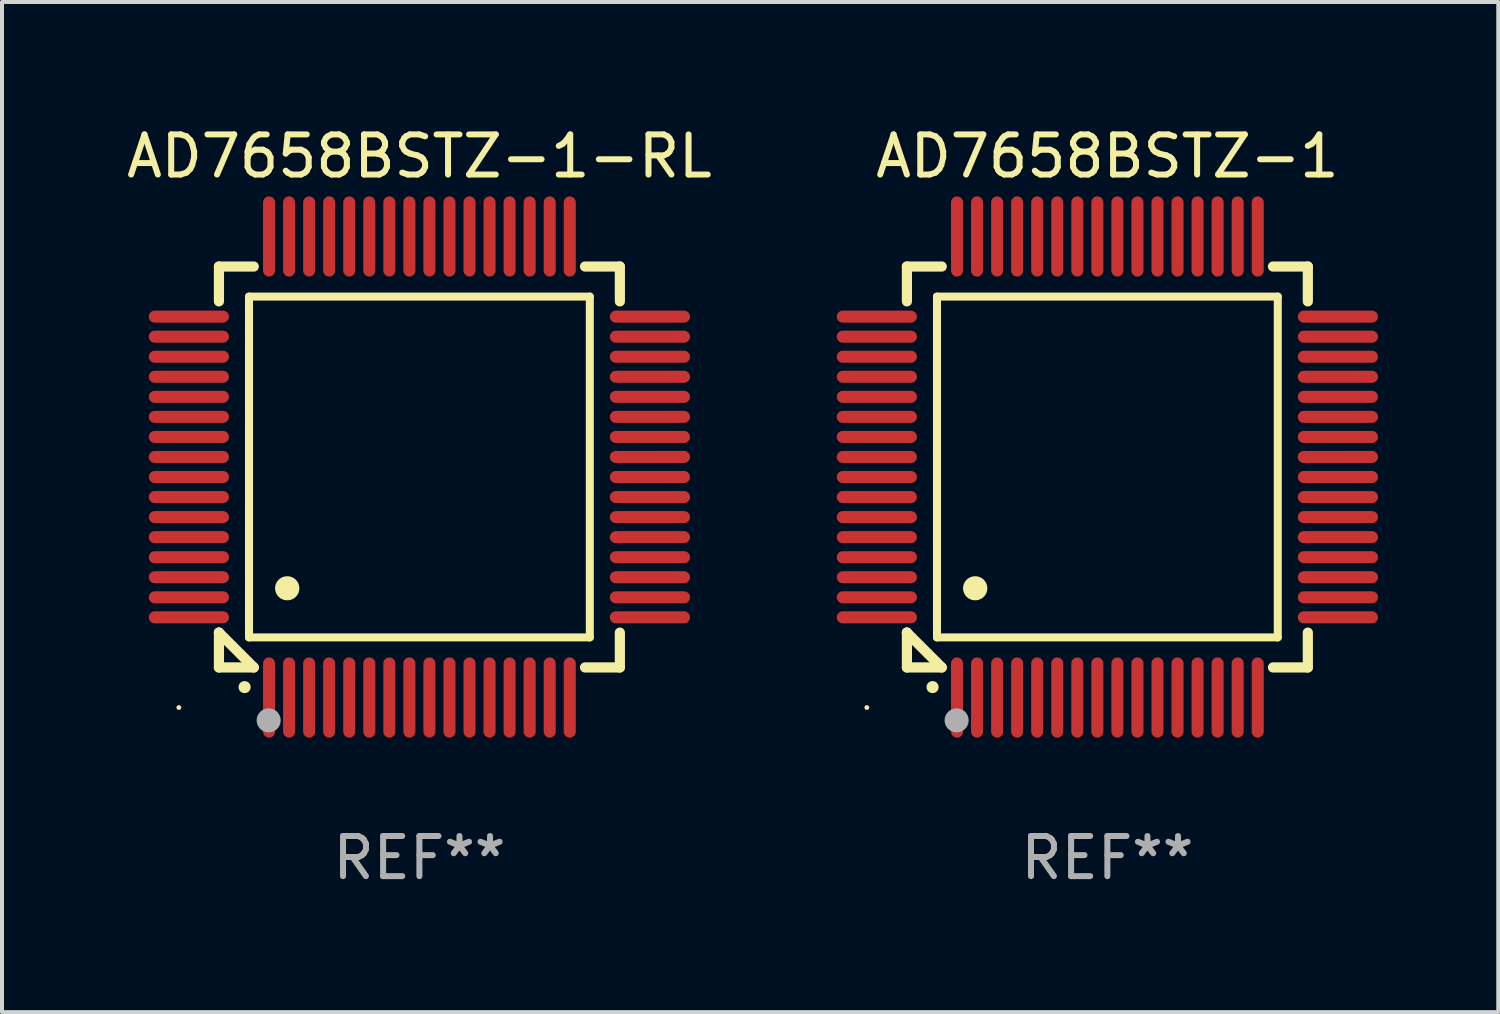
<source format=kicad_pcb>
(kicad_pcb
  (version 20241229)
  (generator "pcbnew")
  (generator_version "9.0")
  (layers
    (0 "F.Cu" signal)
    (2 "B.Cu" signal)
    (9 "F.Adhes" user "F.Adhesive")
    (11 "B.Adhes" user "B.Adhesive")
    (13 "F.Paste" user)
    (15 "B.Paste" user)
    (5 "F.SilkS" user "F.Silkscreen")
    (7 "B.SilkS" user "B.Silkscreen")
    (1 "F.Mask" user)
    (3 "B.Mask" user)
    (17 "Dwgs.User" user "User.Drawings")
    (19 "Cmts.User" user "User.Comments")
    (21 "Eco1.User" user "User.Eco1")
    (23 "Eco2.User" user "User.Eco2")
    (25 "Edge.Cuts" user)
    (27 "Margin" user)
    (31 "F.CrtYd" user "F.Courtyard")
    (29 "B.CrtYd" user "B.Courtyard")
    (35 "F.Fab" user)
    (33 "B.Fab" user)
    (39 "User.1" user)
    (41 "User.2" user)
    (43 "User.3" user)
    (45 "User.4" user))
  (footprint "AD7658BSTZ-1"
    (layer "F.Cu")
    (at 24.571 8.598)
    (property "Reference" "AD7658BSTZ-1" (at 0 -7.75 0) (layer "F.SilkS") (effects (font (size 1 1) (thickness 0.15))))
    (attr through_hole)
    (fp_line (start -5 -5) (end -4.131 -5) (stroke (width 0.254) (type solid)) (layer "F.SilkS"))
    (fp_line (start -5 -4.131) (end -5 -5) (stroke (width 0.254) (type solid)) (layer "F.SilkS"))
    (fp_line (start -5 4.131) (end -5 4.131) (stroke (width 0.254) (type solid)) (layer "F.SilkS"))
    (fp_line (start -5 5) (end -5 4.131) (stroke (width 0.254) (type solid)) (layer "F.SilkS"))
    (fp_line (start -5 4.131) (end -4.131 5) (stroke (width 0.254) (type solid)) (layer "F.SilkS"))
    (fp_line (start -4.25 -4.25) (end -4.25 4.25) (stroke (width 0.2) (type solid)) (layer "F.SilkS"))
    (fp_line (start -4.25 4.25) (end 4.25 4.25) (stroke (width 0.2) (type solid)) (layer "F.SilkS"))
    (fp_line (start -4.131 5) (end -5 5) (stroke (width 0.254) (type solid)) (layer "F.SilkS"))
    (fp_line (start 4.25 -4.25) (end -4.25 -4.25) (stroke (width 0.2) (type solid)) (layer "F.SilkS"))
    (fp_line (start 4.25 4.25) (end 4.25 -4.25) (stroke (width 0.2) (type solid)) (layer "F.SilkS"))
    (fp_line (start 5 -5) (end 4.131 -5) (stroke (width 0.254) (type solid)) (layer "F.SilkS"))
    (fp_line (start 5 -5) (end 5 -4.131) (stroke (width 0.254) (type solid)) (layer "F.SilkS"))
    (fp_line (start 5 4.131) (end 5 5) (stroke (width 0.254) (type solid)) (layer "F.SilkS"))
    (fp_line (start 5 5) (end 4.131 5) (stroke (width 0.254) (type solid)) (layer "F.SilkS"))
    (fp_arc (start -4.361265 5.489992) (mid -4.359995 5.489987) (end -4.358725 5.489992) (stroke (width 0.3) (type solid)) (layer "F.SilkS"))
    (fp_arc (start -3.299467 3.025146) (mid -3.296927 3.025135) (end -3.294387 3.025146) (stroke (width 0.6) (type solid)) (layer "F.SilkS"))
    (fp_circle (center -6 6) (end -5.97 6) (stroke (width 0.06) (type solid)) (fill no) (layer "F.SilkS"))
    (fp_circle (center -3.76 6.32) (end -3.61 6.32) (stroke (width 0.3) (type solid)) (fill no) (layer "F.Fab"))
    (fp_text user "REF**" (at 0 9.75 0) (layer "F.Fab") (effects (font (size 1 1) (thickness 0.15))))
    (pad "1" smd oval (at -3.75 5.75) (size 0.3 2) (layers "F.Cu" "F.Mask" "F.Paste"))
    (pad "2" smd oval (at -3.25 5.75) (size 0.3 2) (layers "F.Cu" "F.Mask" "F.Paste"))
    (pad "3" smd oval (at -2.75 5.75) (size 0.3 2) (layers "F.Cu" "F.Mask" "F.Paste"))
    (pad "4" smd oval (at -2.25 5.75) (size 0.3 2) (layers "F.Cu" "F.Mask" "F.Paste"))
    (pad "5" smd oval (at -1.75 5.75) (size 0.3 2) (layers "F.Cu" "F.Mask" "F.Paste"))
    (pad "6" smd oval (at -1.25 5.75) (size 0.3 2) (layers "F.Cu" "F.Mask" "F.Paste"))
    (pad "7" smd oval (at -0.75 5.75) (size 0.3 2) (layers "F.Cu" "F.Mask" "F.Paste"))
    (pad "8" smd oval (at -0.25 5.75) (size 0.3 2) (layers "F.Cu" "F.Mask" "F.Paste"))
    (pad "9" smd oval (at 0.25 5.75) (size 0.3 2) (layers "F.Cu" "F.Mask" "F.Paste"))
    (pad "10" smd oval (at 0.75 5.75) (size 0.3 2) (layers "F.Cu" "F.Mask" "F.Paste"))
    (pad "11" smd oval (at 1.25 5.75) (size 0.3 2) (layers "F.Cu" "F.Mask" "F.Paste"))
    (pad "12" smd oval (at 1.75 5.75) (size 0.3 2) (layers "F.Cu" "F.Mask" "F.Paste"))
    (pad "13" smd oval (at 2.25 5.75) (size 0.3 2) (layers "F.Cu" "F.Mask" "F.Paste"))
    (pad "14" smd oval (at 2.75 5.75) (size 0.3 2) (layers "F.Cu" "F.Mask" "F.Paste"))
    (pad "15" smd oval (at 3.25 5.75) (size 0.3 2) (layers "F.Cu" "F.Mask" "F.Paste"))
    (pad "16" smd oval (at 3.75 5.75) (size 0.3 2) (layers "F.Cu" "F.Mask" "F.Paste"))
    (pad "17" smd oval (at 5.75 3.75) (size 2 0.3) (layers "F.Cu" "F.Mask" "F.Paste"))
    (pad "18" smd oval (at 5.75 3.25) (size 2 0.3) (layers "F.Cu" "F.Mask" "F.Paste"))
    (pad "19" smd oval (at 5.75 2.75) (size 2 0.3) (layers "F.Cu" "F.Mask" "F.Paste"))
    (pad "20" smd oval (at 5.75 2.25) (size 2 0.3) (layers "F.Cu" "F.Mask" "F.Paste"))
    (pad "21" smd oval (at 5.75 1.75) (size 2 0.3) (layers "F.Cu" "F.Mask" "F.Paste"))
    (pad "22" smd oval (at 5.75 1.25) (size 2 0.3) (layers "F.Cu" "F.Mask" "F.Paste"))
    (pad "23" smd oval (at 5.75 0.75) (size 2 0.3) (layers "F.Cu" "F.Mask" "F.Paste"))
    (pad "24" smd oval (at 5.75 0.25) (size 2 0.3) (layers "F.Cu" "F.Mask" "F.Paste"))
    (pad "25" smd oval (at 5.75 -0.25) (size 2 0.3) (layers "F.Cu" "F.Mask" "F.Paste"))
    (pad "26" smd oval (at 5.75 -0.75) (size 2 0.3) (layers "F.Cu" "F.Mask" "F.Paste"))
    (pad "27" smd oval (at 5.75 -1.25) (size 2 0.3) (layers "F.Cu" "F.Mask" "F.Paste"))
    (pad "28" smd oval (at 5.75 -1.75) (size 2 0.3) (layers "F.Cu" "F.Mask" "F.Paste"))
    (pad "29" smd oval (at 5.75 -2.25) (size 2 0.3) (layers "F.Cu" "F.Mask" "F.Paste"))
    (pad "30" smd oval (at 5.75 -2.75) (size 2 0.3) (layers "F.Cu" "F.Mask" "F.Paste"))
    (pad "31" smd oval (at 5.75 -3.25) (size 2 0.3) (layers "F.Cu" "F.Mask" "F.Paste"))
    (pad "32" smd oval (at 5.75 -3.75) (size 2 0.3) (layers "F.Cu" "F.Mask" "F.Paste"))
    (pad "33" smd oval (at 3.75 -5.75) (size 0.3 2) (layers "F.Cu" "F.Mask" "F.Paste"))
    (pad "34" smd oval (at 3.25 -5.75) (size 0.3 2) (layers "F.Cu" "F.Mask" "F.Paste"))
    (pad "35" smd oval (at 2.75 -5.75) (size 0.3 2) (layers "F.Cu" "F.Mask" "F.Paste"))
    (pad "36" smd oval (at 2.25 -5.75) (size 0.3 2) (layers "F.Cu" "F.Mask" "F.Paste"))
    (pad "37" smd oval (at 1.75 -5.75) (size 0.3 2) (layers "F.Cu" "F.Mask" "F.Paste"))
    (pad "38" smd oval (at 1.25 -5.75) (size 0.3 2) (layers "F.Cu" "F.Mask" "F.Paste"))
    (pad "39" smd oval (at 0.75 -5.75) (size 0.3 2) (layers "F.Cu" "F.Mask" "F.Paste"))
    (pad "40" smd oval (at 0.25 -5.75) (size 0.3 2) (layers "F.Cu" "F.Mask" "F.Paste"))
    (pad "41" smd oval (at -0.25 -5.75) (size 0.3 2) (layers "F.Cu" "F.Mask" "F.Paste"))
    (pad "42" smd oval (at -0.75 -5.75) (size 0.3 2) (layers "F.Cu" "F.Mask" "F.Paste"))
    (pad "43" smd oval (at -1.25 -5.75) (size 0.3 2) (layers "F.Cu" "F.Mask" "F.Paste"))
    (pad "44" smd oval (at -1.75 -5.75) (size 0.3 2) (layers "F.Cu" "F.Mask" "F.Paste"))
    (pad "45" smd oval (at -2.25 -5.75) (size 0.3 2) (layers "F.Cu" "F.Mask" "F.Paste"))
    (pad "46" smd oval (at -2.75 -5.75) (size 0.3 2) (layers "F.Cu" "F.Mask" "F.Paste"))
    (pad "47" smd oval (at -3.25 -5.75) (size 0.3 2) (layers "F.Cu" "F.Mask" "F.Paste"))
    (pad "48" smd oval (at -3.75 -5.75) (size 0.3 2) (layers "F.Cu" "F.Mask" "F.Paste"))
    (pad "49" smd oval (at -5.75 -3.75) (size 2 0.3) (layers "F.Cu" "F.Mask" "F.Paste"))
    (pad "50" smd oval (at -5.75 -3.25) (size 2 0.3) (layers "F.Cu" "F.Mask" "F.Paste"))
    (pad "51" smd oval (at -5.75 -2.75) (size 2 0.3) (layers "F.Cu" "F.Mask" "F.Paste"))
    (pad "52" smd oval (at -5.75 -2.25) (size 2 0.3) (layers "F.Cu" "F.Mask" "F.Paste"))
    (pad "53" smd oval (at -5.75 -1.75) (size 2 0.3) (layers "F.Cu" "F.Mask" "F.Paste"))
    (pad "54" smd oval (at -5.75 -1.25) (size 2 0.3) (layers "F.Cu" "F.Mask" "F.Paste"))
    (pad "55" smd oval (at -5.75 -0.75) (size 2 0.3) (layers "F.Cu" "F.Mask" "F.Paste"))
    (pad "56" smd oval (at -5.75 -0.25) (size 2 0.3) (layers "F.Cu" "F.Mask" "F.Paste"))
    (pad "57" smd oval (at -5.75 0.25) (size 2 0.3) (layers "F.Cu" "F.Mask" "F.Paste"))
    (pad "58" smd oval (at -5.75 0.75) (size 2 0.3) (layers "F.Cu" "F.Mask" "F.Paste"))
    (pad "59" smd oval (at -5.75 1.25) (size 2 0.3) (layers "F.Cu" "F.Mask" "F.Paste"))
    (pad "60" smd oval (at -5.75 1.75) (size 2 0.3) (layers "F.Cu" "F.Mask" "F.Paste"))
    (pad "61" smd oval (at -5.75 2.25) (size 2 0.3) (layers "F.Cu" "F.Mask" "F.Paste"))
    (pad "62" smd oval (at -5.75 2.75) (size 2 0.3) (layers "F.Cu" "F.Mask" "F.Paste"))
    (pad "63" smd oval (at -5.75 3.25) (size 2 0.3) (layers "F.Cu" "F.Mask" "F.Paste"))
    (pad "64" smd oval (at -5.75 3.75) (size 2 0.3) (layers "F.Cu" "F.Mask" "F.Paste")))
  (footprint "AD7658BSTZ-1-RL"
    (layer "F.Cu")
    (at 7.411 8.598)
    (property "Reference" "AD7658BSTZ-1-RL" (at 0 -7.75 0) (layer "F.SilkS") (effects (font (size 1 1) (thickness 0.15))))
    (attr through_hole)
    (fp_line (start -5 -5) (end -4.131 -5) (stroke (width 0.254) (type solid)) (layer "F.SilkS"))
    (fp_line (start -5 -4.131) (end -5 -5) (stroke (width 0.254) (type solid)) (layer "F.SilkS"))
    (fp_line (start -5 4.131) (end -5 4.131) (stroke (width 0.254) (type solid)) (layer "F.SilkS"))
    (fp_line (start -5 5) (end -5 4.131) (stroke (width 0.254) (type solid)) (layer "F.SilkS"))
    (fp_line (start -5 4.131) (end -4.131 5) (stroke (width 0.254) (type solid)) (layer "F.SilkS"))
    (fp_line (start -4.25 -4.25) (end -4.25 4.25) (stroke (width 0.2) (type solid)) (layer "F.SilkS"))
    (fp_line (start -4.25 4.25) (end 4.25 4.25) (stroke (width 0.2) (type solid)) (layer "F.SilkS"))
    (fp_line (start -4.131 5) (end -5 5) (stroke (width 0.254) (type solid)) (layer "F.SilkS"))
    (fp_line (start 4.25 -4.25) (end -4.25 -4.25) (stroke (width 0.2) (type solid)) (layer "F.SilkS"))
    (fp_line (start 4.25 4.25) (end 4.25 -4.25) (stroke (width 0.2) (type solid)) (layer "F.SilkS"))
    (fp_line (start 5 -5) (end 4.131 -5) (stroke (width 0.254) (type solid)) (layer "F.SilkS"))
    (fp_line (start 5 -5) (end 5 -4.131) (stroke (width 0.254) (type solid)) (layer "F.SilkS"))
    (fp_line (start 5 4.131) (end 5 5) (stroke (width 0.254) (type solid)) (layer "F.SilkS"))
    (fp_line (start 5 5) (end 4.131 5) (stroke (width 0.254) (type solid)) (layer "F.SilkS"))
    (fp_arc (start -4.361265 5.489992) (mid -4.359995 5.489987) (end -4.358725 5.489992) (stroke (width 0.3) (type solid)) (layer "F.SilkS"))
    (fp_arc (start -3.299467 3.025146) (mid -3.296927 3.025135) (end -3.294387 3.025146) (stroke (width 0.6) (type solid)) (layer "F.SilkS"))
    (fp_circle (center -6 6) (end -5.97 6) (stroke (width 0.06) (type solid)) (fill no) (layer "F.SilkS"))
    (fp_circle (center -3.76 6.32) (end -3.61 6.32) (stroke (width 0.3) (type solid)) (fill no) (layer "F.Fab"))
    (fp_text user "REF**" (at 0 9.75 0) (layer "F.Fab") (effects (font (size 1 1) (thickness 0.15))))
    (pad "1" smd oval (at -3.75 5.75) (size 0.3 2) (layers "F.Cu" "F.Mask" "F.Paste"))
    (pad "2" smd oval (at -3.25 5.75) (size 0.3 2) (layers "F.Cu" "F.Mask" "F.Paste"))
    (pad "3" smd oval (at -2.75 5.75) (size 0.3 2) (layers "F.Cu" "F.Mask" "F.Paste"))
    (pad "4" smd oval (at -2.25 5.75) (size 0.3 2) (layers "F.Cu" "F.Mask" "F.Paste"))
    (pad "5" smd oval (at -1.75 5.75) (size 0.3 2) (layers "F.Cu" "F.Mask" "F.Paste"))
    (pad "6" smd oval (at -1.25 5.75) (size 0.3 2) (layers "F.Cu" "F.Mask" "F.Paste"))
    (pad "7" smd oval (at -0.75 5.75) (size 0.3 2) (layers "F.Cu" "F.Mask" "F.Paste"))
    (pad "8" smd oval (at -0.25 5.75) (size 0.3 2) (layers "F.Cu" "F.Mask" "F.Paste"))
    (pad "9" smd oval (at 0.25 5.75) (size 0.3 2) (layers "F.Cu" "F.Mask" "F.Paste"))
    (pad "10" smd oval (at 0.75 5.75) (size 0.3 2) (layers "F.Cu" "F.Mask" "F.Paste"))
    (pad "11" smd oval (at 1.25 5.75) (size 0.3 2) (layers "F.Cu" "F.Mask" "F.Paste"))
    (pad "12" smd oval (at 1.75 5.75) (size 0.3 2) (layers "F.Cu" "F.Mask" "F.Paste"))
    (pad "13" smd oval (at 2.25 5.75) (size 0.3 2) (layers "F.Cu" "F.Mask" "F.Paste"))
    (pad "14" smd oval (at 2.75 5.75) (size 0.3 2) (layers "F.Cu" "F.Mask" "F.Paste"))
    (pad "15" smd oval (at 3.25 5.75) (size 0.3 2) (layers "F.Cu" "F.Mask" "F.Paste"))
    (pad "16" smd oval (at 3.75 5.75) (size 0.3 2) (layers "F.Cu" "F.Mask" "F.Paste"))
    (pad "17" smd oval (at 5.75 3.75) (size 2 0.3) (layers "F.Cu" "F.Mask" "F.Paste"))
    (pad "18" smd oval (at 5.75 3.25) (size 2 0.3) (layers "F.Cu" "F.Mask" "F.Paste"))
    (pad "19" smd oval (at 5.75 2.75) (size 2 0.3) (layers "F.Cu" "F.Mask" "F.Paste"))
    (pad "20" smd oval (at 5.75 2.25) (size 2 0.3) (layers "F.Cu" "F.Mask" "F.Paste"))
    (pad "21" smd oval (at 5.75 1.75) (size 2 0.3) (layers "F.Cu" "F.Mask" "F.Paste"))
    (pad "22" smd oval (at 5.75 1.25) (size 2 0.3) (layers "F.Cu" "F.Mask" "F.Paste"))
    (pad "23" smd oval (at 5.75 0.75) (size 2 0.3) (layers "F.Cu" "F.Mask" "F.Paste"))
    (pad "24" smd oval (at 5.75 0.25) (size 2 0.3) (layers "F.Cu" "F.Mask" "F.Paste"))
    (pad "25" smd oval (at 5.75 -0.25) (size 2 0.3) (layers "F.Cu" "F.Mask" "F.Paste"))
    (pad "26" smd oval (at 5.75 -0.75) (size 2 0.3) (layers "F.Cu" "F.Mask" "F.Paste"))
    (pad "27" smd oval (at 5.75 -1.25) (size 2 0.3) (layers "F.Cu" "F.Mask" "F.Paste"))
    (pad "28" smd oval (at 5.75 -1.75) (size 2 0.3) (layers "F.Cu" "F.Mask" "F.Paste"))
    (pad "29" smd oval (at 5.75 -2.25) (size 2 0.3) (layers "F.Cu" "F.Mask" "F.Paste"))
    (pad "30" smd oval (at 5.75 -2.75) (size 2 0.3) (layers "F.Cu" "F.Mask" "F.Paste"))
    (pad "31" smd oval (at 5.75 -3.25) (size 2 0.3) (layers "F.Cu" "F.Mask" "F.Paste"))
    (pad "32" smd oval (at 5.75 -3.75) (size 2 0.3) (layers "F.Cu" "F.Mask" "F.Paste"))
    (pad "33" smd oval (at 3.75 -5.75) (size 0.3 2) (layers "F.Cu" "F.Mask" "F.Paste"))
    (pad "34" smd oval (at 3.25 -5.75) (size 0.3 2) (layers "F.Cu" "F.Mask" "F.Paste"))
    (pad "35" smd oval (at 2.75 -5.75) (size 0.3 2) (layers "F.Cu" "F.Mask" "F.Paste"))
    (pad "36" smd oval (at 2.25 -5.75) (size 0.3 2) (layers "F.Cu" "F.Mask" "F.Paste"))
    (pad "37" smd oval (at 1.75 -5.75) (size 0.3 2) (layers "F.Cu" "F.Mask" "F.Paste"))
    (pad "38" smd oval (at 1.25 -5.75) (size 0.3 2) (layers "F.Cu" "F.Mask" "F.Paste"))
    (pad "39" smd oval (at 0.75 -5.75) (size 0.3 2) (layers "F.Cu" "F.Mask" "F.Paste"))
    (pad "40" smd oval (at 0.25 -5.75) (size 0.3 2) (layers "F.Cu" "F.Mask" "F.Paste"))
    (pad "41" smd oval (at -0.25 -5.75) (size 0.3 2) (layers "F.Cu" "F.Mask" "F.Paste"))
    (pad "42" smd oval (at -0.75 -5.75) (size 0.3 2) (layers "F.Cu" "F.Mask" "F.Paste"))
    (pad "43" smd oval (at -1.25 -5.75) (size 0.3 2) (layers "F.Cu" "F.Mask" "F.Paste"))
    (pad "44" smd oval (at -1.75 -5.75) (size 0.3 2) (layers "F.Cu" "F.Mask" "F.Paste"))
    (pad "45" smd oval (at -2.25 -5.75) (size 0.3 2) (layers "F.Cu" "F.Mask" "F.Paste"))
    (pad "46" smd oval (at -2.75 -5.75) (size 0.3 2) (layers "F.Cu" "F.Mask" "F.Paste"))
    (pad "47" smd oval (at -3.25 -5.75) (size 0.3 2) (layers "F.Cu" "F.Mask" "F.Paste"))
    (pad "48" smd oval (at -3.75 -5.75) (size 0.3 2) (layers "F.Cu" "F.Mask" "F.Paste"))
    (pad "49" smd oval (at -5.75 -3.75) (size 2 0.3) (layers "F.Cu" "F.Mask" "F.Paste"))
    (pad "50" smd oval (at -5.75 -3.25) (size 2 0.3) (layers "F.Cu" "F.Mask" "F.Paste"))
    (pad "51" smd oval (at -5.75 -2.75) (size 2 0.3) (layers "F.Cu" "F.Mask" "F.Paste"))
    (pad "52" smd oval (at -5.75 -2.25) (size 2 0.3) (layers "F.Cu" "F.Mask" "F.Paste"))
    (pad "53" smd oval (at -5.75 -1.75) (size 2 0.3) (layers "F.Cu" "F.Mask" "F.Paste"))
    (pad "54" smd oval (at -5.75 -1.25) (size 2 0.3) (layers "F.Cu" "F.Mask" "F.Paste"))
    (pad "55" smd oval (at -5.75 -0.75) (size 2 0.3) (layers "F.Cu" "F.Mask" "F.Paste"))
    (pad "56" smd oval (at -5.75 -0.25) (size 2 0.3) (layers "F.Cu" "F.Mask" "F.Paste"))
    (pad "57" smd oval (at -5.75 0.25) (size 2 0.3) (layers "F.Cu" "F.Mask" "F.Paste"))
    (pad "58" smd oval (at -5.75 0.75) (size 2 0.3) (layers "F.Cu" "F.Mask" "F.Paste"))
    (pad "59" smd oval (at -5.75 1.25) (size 2 0.3) (layers "F.Cu" "F.Mask" "F.Paste"))
    (pad "60" smd oval (at -5.75 1.75) (size 2 0.3) (layers "F.Cu" "F.Mask" "F.Paste"))
    (pad "61" smd oval (at -5.75 2.25) (size 2 0.3) (layers "F.Cu" "F.Mask" "F.Paste"))
    (pad "62" smd oval (at -5.75 2.75) (size 2 0.3) (layers "F.Cu" "F.Mask" "F.Paste"))
    (pad "63" smd oval (at -5.75 3.25) (size 2 0.3) (layers "F.Cu" "F.Mask" "F.Paste"))
    (pad "64" smd oval (at -5.75 3.75) (size 2 0.3) (layers "F.Cu" "F.Mask" "F.Paste")))
  (gr_rect
    (start -3 -3)
    (end 34.321 22.196)
    (stroke (width 0.1) (type default))
    (fill no)
    (layer "Edge.Cuts")))
</source>
